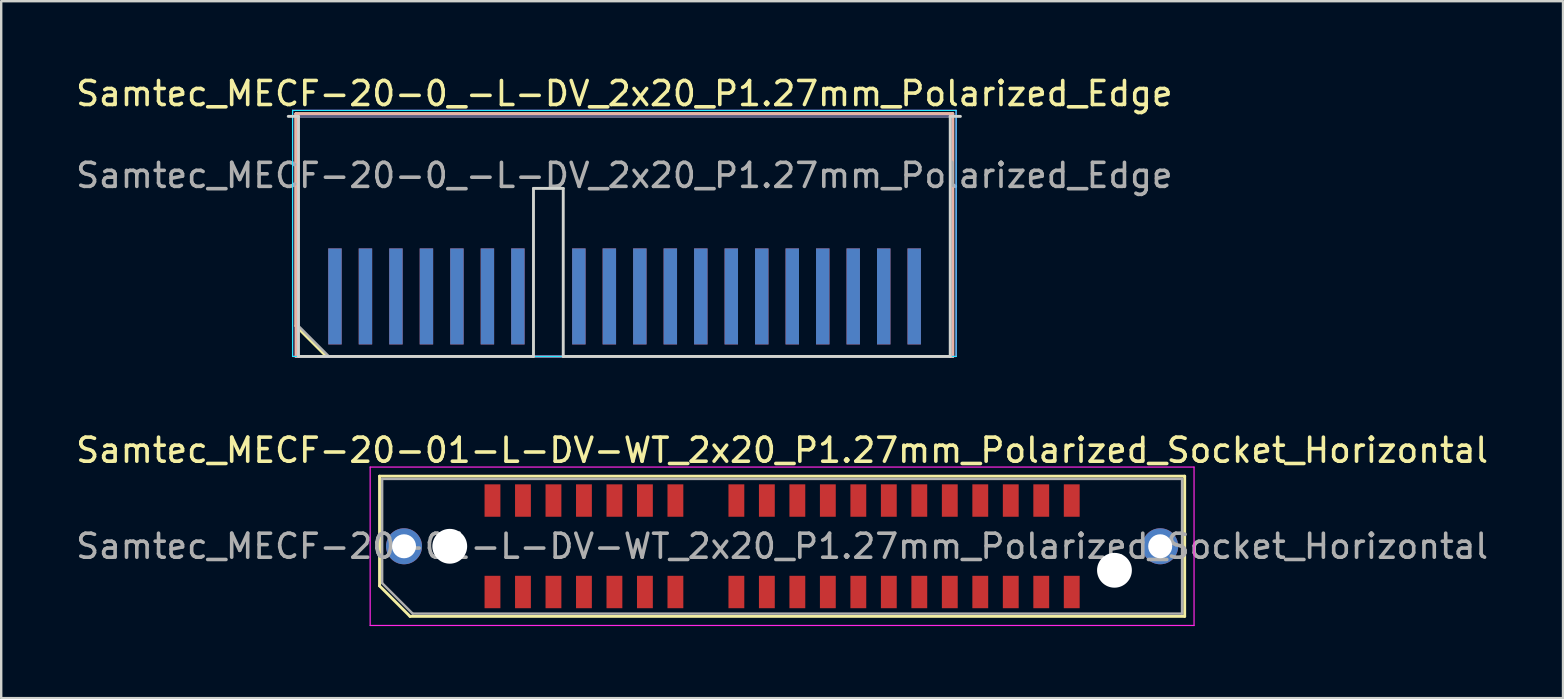
<source format=kicad_pcb>
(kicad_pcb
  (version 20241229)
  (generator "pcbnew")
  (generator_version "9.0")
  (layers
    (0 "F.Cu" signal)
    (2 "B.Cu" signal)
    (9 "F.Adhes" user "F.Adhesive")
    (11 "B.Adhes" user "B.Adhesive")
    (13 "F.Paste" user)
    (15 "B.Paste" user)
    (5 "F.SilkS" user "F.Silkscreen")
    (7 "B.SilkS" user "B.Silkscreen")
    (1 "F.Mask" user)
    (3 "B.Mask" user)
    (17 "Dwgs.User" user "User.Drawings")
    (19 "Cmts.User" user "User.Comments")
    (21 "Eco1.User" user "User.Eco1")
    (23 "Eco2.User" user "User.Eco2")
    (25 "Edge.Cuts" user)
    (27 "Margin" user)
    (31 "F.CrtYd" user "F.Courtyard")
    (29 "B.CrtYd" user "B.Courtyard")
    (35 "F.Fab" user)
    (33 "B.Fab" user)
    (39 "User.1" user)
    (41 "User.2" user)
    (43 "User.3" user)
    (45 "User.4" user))
  (footprint "Samtec_MECF-20-01-L-DV-WT_2x20_P1.27mm_Polarized_Socket_Horizontal"
    (layer "F.Cu")
    (at 29.53 19.706)
    (property "Reference" "Samtec_MECF-20-01-L-DV-WT_2x20_P1.27mm_Polarized_Socket_Horizontal" (at 0 -4 0) (layer "F.SilkS") (effects (font (size 1 1) (thickness 0.15))))
    (attr smd)
    (fp_line (start -16.77 -2.92) (end 16.77 -2.92) (stroke (width 0.12) (type solid)) (layer "F.SilkS"))
    (fp_line (start -16.77 1.65) (end -16.77 -2.92) (stroke (width 0.12) (type solid)) (layer "F.SilkS"))
    (fp_line (start -15.5 2.92) (end -16.77 1.65) (stroke (width 0.12) (type solid)) (layer "F.SilkS"))
    (fp_line (start -15.5 2.92) (end 16.77 2.92) (stroke (width 0.12) (type solid)) (layer "F.SilkS"))
    (fp_line (start 16.77 2.92) (end 16.77 -2.92) (stroke (width 0.12) (type solid)) (layer "F.SilkS"))
    (fp_line (start -17.16 -3.3) (end -17.16 3.3) (stroke (width 0.05) (type solid)) (layer "F.CrtYd"))
    (fp_line (start -17.16 3.3) (end 17.16 3.3) (stroke (width 0.05) (type solid)) (layer "F.CrtYd"))
    (fp_line (start 17.16 -3.3) (end -17.16 -3.3) (stroke (width 0.05) (type solid)) (layer "F.CrtYd"))
    (fp_line (start 17.16 3.3) (end 17.16 -3.3) (stroke (width 0.05) (type solid)) (layer "F.CrtYd"))
    (fp_line (start -16.66 -2.805) (end 16.66 -2.805) (stroke (width 0.1) (type solid)) (layer "F.Fab"))
    (fp_line (start -16.66 1.535) (end -16.66 -2.805) (stroke (width 0.1) (type solid)) (layer "F.Fab"))
    (fp_line (start -16.66 1.535) (end -15.39 2.805) (stroke (width 0.1) (type solid)) (layer "F.Fab"))
    (fp_line (start -15.39 2.805) (end 16.66 2.805) (stroke (width 0.1) (type solid)) (layer "F.Fab"))
    (fp_line (start 16.66 2.805) (end 16.66 -2.805) (stroke (width 0.1) (type solid)) (layer "F.Fab"))
    (fp_text user "${REFERENCE}" (at 0 0 0) (layer "F.Fab") (effects (font (size 1 1) (thickness 0.15))))
    (pad "" thru_hole circle (at -15.75 0) (size 1.5 1.5) (drill 1) (layers "*.Cu" "*.Mask"))
    (pad "" np_thru_hole circle (at -13.845 0) (size 1.45 1.45) (drill 1.45) (layers "*.Cu" "*.Mask"))
    (pad "" np_thru_hole circle (at 13.845 1) (size 1.45 1.45) (drill 1.45) (layers "*.Cu" "*.Mask"))
    (pad "" thru_hole circle (at 15.75 0) (size 1.5 1.5) (drill 1) (layers "*.Cu" "*.Mask"))
    (pad "1" smd rect (at -12.065 1.905) (size 0.66 1.35) (layers "F.Cu" "F.Mask" "F.Paste"))
    (pad "2" smd rect (at -12.065 -1.905) (size 0.66 1.35) (layers "F.Cu" "F.Mask" "F.Paste"))
    (pad "3" smd rect (at -10.795 1.905) (size 0.66 1.35) (layers "F.Cu" "F.Mask" "F.Paste"))
    (pad "4" smd rect (at -10.795 -1.905) (size 0.66 1.35) (layers "F.Cu" "F.Mask" "F.Paste"))
    (pad "5" smd rect (at -9.525 1.905) (size 0.66 1.35) (layers "F.Cu" "F.Mask" "F.Paste"))
    (pad "6" smd rect (at -9.525 -1.905) (size 0.66 1.35) (layers "F.Cu" "F.Mask" "F.Paste"))
    (pad "7" smd rect (at -8.255 1.905) (size 0.66 1.35) (layers "F.Cu" "F.Mask" "F.Paste"))
    (pad "8" smd rect (at -8.255 -1.905) (size 0.66 1.35) (layers "F.Cu" "F.Mask" "F.Paste"))
    (pad "9" smd rect (at -6.985 1.905) (size 0.66 1.35) (layers "F.Cu" "F.Mask" "F.Paste"))
    (pad "10" smd rect (at -6.985 -1.905) (size 0.66 1.35) (layers "F.Cu" "F.Mask" "F.Paste"))
    (pad "11" smd rect (at -5.715 1.905) (size 0.66 1.35) (layers "F.Cu" "F.Mask" "F.Paste"))
    (pad "12" smd rect (at -5.715 -1.905) (size 0.66 1.35) (layers "F.Cu" "F.Mask" "F.Paste"))
    (pad "13" smd rect (at -4.445 1.905) (size 0.66 1.35) (layers "F.Cu" "F.Mask" "F.Paste"))
    (pad "14" smd rect (at -4.445 -1.905) (size 0.66 1.35) (layers "F.Cu" "F.Mask" "F.Paste"))
    (pad "17" smd rect (at -1.905 1.905) (size 0.66 1.35) (layers "F.Cu" "F.Mask" "F.Paste"))
    (pad "18" smd rect (at -1.905 -1.905) (size 0.66 1.35) (layers "F.Cu" "F.Mask" "F.Paste"))
    (pad "19" smd rect (at -0.635 1.905) (size 0.66 1.35) (layers "F.Cu" "F.Mask" "F.Paste"))
    (pad "20" smd rect (at -0.635 -1.905) (size 0.66 1.35) (layers "F.Cu" "F.Mask" "F.Paste"))
    (pad "21" smd rect (at 0.635 1.905) (size 0.66 1.35) (layers "F.Cu" "F.Mask" "F.Paste"))
    (pad "22" smd rect (at 0.635 -1.905) (size 0.66 1.35) (layers "F.Cu" "F.Mask" "F.Paste"))
    (pad "23" smd rect (at 1.905 1.905) (size 0.66 1.35) (layers "F.Cu" "F.Mask" "F.Paste"))
    (pad "24" smd rect (at 1.905 -1.905) (size 0.66 1.35) (layers "F.Cu" "F.Mask" "F.Paste"))
    (pad "25" smd rect (at 3.175 1.905) (size 0.66 1.35) (layers "F.Cu" "F.Mask" "F.Paste"))
    (pad "26" smd rect (at 3.175 -1.905) (size 0.66 1.35) (layers "F.Cu" "F.Mask" "F.Paste"))
    (pad "27" smd rect (at 4.445 1.905) (size 0.66 1.35) (layers "F.Cu" "F.Mask" "F.Paste"))
    (pad "28" smd rect (at 4.445 -1.905) (size 0.66 1.35) (layers "F.Cu" "F.Mask" "F.Paste"))
    (pad "29" smd rect (at 5.715 1.905) (size 0.66 1.35) (layers "F.Cu" "F.Mask" "F.Paste"))
    (pad "30" smd rect (at 5.715 -1.905) (size 0.66 1.35) (layers "F.Cu" "F.Mask" "F.Paste"))
    (pad "31" smd rect (at 6.985 1.905) (size 0.66 1.35) (layers "F.Cu" "F.Mask" "F.Paste"))
    (pad "32" smd rect (at 6.985 -1.905) (size 0.66 1.35) (layers "F.Cu" "F.Mask" "F.Paste"))
    (pad "33" smd rect (at 8.255 1.905) (size 0.66 1.35) (layers "F.Cu" "F.Mask" "F.Paste"))
    (pad "34" smd rect (at 8.255 -1.905) (size 0.66 1.35) (layers "F.Cu" "F.Mask" "F.Paste"))
    (pad "35" smd rect (at 9.525 1.905) (size 0.66 1.35) (layers "F.Cu" "F.Mask" "F.Paste"))
    (pad "36" smd rect (at 9.525 -1.905) (size 0.66 1.35) (layers "F.Cu" "F.Mask" "F.Paste"))
    (pad "37" smd rect (at 10.795 1.905) (size 0.66 1.35) (layers "F.Cu" "F.Mask" "F.Paste"))
    (pad "38" smd rect (at 10.795 -1.905) (size 0.66 1.35) (layers "F.Cu" "F.Mask" "F.Paste"))
    (pad "39" smd rect (at 12.065 1.905) (size 0.66 1.35) (layers "F.Cu" "F.Mask" "F.Paste"))
    (pad "40" smd rect (at 12.065 -1.905) (size 0.66 1.35) (layers "F.Cu" "F.Mask" "F.Paste")))
  (footprint "Samtec_MECF-20-0_-L-DV_2x20_P1.27mm_Polarized_Edge"
    (layer "F.Cu")
    (at 22.958 6.798)
    (property "Reference" "Samtec_MECF-20-0_-L-DV_2x20_P1.27mm_Polarized_Edge" (at 0 -5.95 0) (layer "F.SilkS") (effects (font (size 1 1) (thickness 0.15))))
    (attr exclude_from_pos_files exclude_from_bom)
    (fp_line (start -13.68 -5.11) (end 13.68 -5.11) (stroke (width 0.12) (type solid)) (layer "F.SilkS"))
    (fp_line (start -13.68 3.73) (end -13.68 -5.11) (stroke (width 0.12) (type solid)) (layer "F.SilkS"))
    (fp_line (start -12.41 5) (end -13.68 3.73) (stroke (width 0.12) (type solid)) (layer "F.SilkS"))
    (fp_line (start -12.41 5) (end 13.68 5) (stroke (width 0.12) (type solid)) (layer "F.SilkS"))
    (fp_line (start 13.68 5) (end 13.68 -5.11) (stroke (width 0.12) (type solid)) (layer "F.SilkS"))
    (fp_line (start -13.68 -5.11) (end 13.68 -5.11) (stroke (width 0.12) (type solid)) (layer "B.SilkS"))
    (fp_line (start -13.68 5) (end -13.68 -5.11) (stroke (width 0.12) (type solid)) (layer "B.SilkS"))
    (fp_line (start -13.68 5) (end 13.68 5) (stroke (width 0.12) (type solid)) (layer "B.SilkS"))
    (fp_line (start 13.68 5) (end 13.68 -5.11) (stroke (width 0.12) (type solid)) (layer "B.SilkS"))
    (fp_line (start -14 -5) (end -13.575 -5) (stroke (width 0.12) (type solid)) (layer "Edge.Cuts"))
    (fp_line (start -13.575 5) (end -13.575 -5) (stroke (width 0.12) (type solid)) (layer "Edge.Cuts"))
    (fp_line (start -13.575 5) (end -3.785 5) (stroke (width 0.12) (type solid)) (layer "Edge.Cuts"))
    (fp_line (start -3.785 -2) (end -2.545 -2) (stroke (width 0.12) (type solid)) (layer "Edge.Cuts"))
    (fp_line (start -3.785 5) (end -3.785 -2) (stroke (width 0.12) (type solid)) (layer "Edge.Cuts"))
    (fp_line (start -2.545 5) (end -2.545 -2) (stroke (width 0.12) (type solid)) (layer "Edge.Cuts"))
    (fp_line (start -2.545 5) (end 13.575 5) (stroke (width 0.12) (type solid)) (layer "Edge.Cuts"))
    (fp_line (start 13.575 5) (end 13.575 -5) (stroke (width 0.12) (type solid)) (layer "Edge.Cuts"))
    (fp_line (start 14 -5) (end 13.575 -5) (stroke (width 0.12) (type solid)) (layer "Edge.Cuts"))
    (fp_line (start -13.82 -5.25) (end -13.82 5) (stroke (width 0.05) (type solid)) (layer "B.CrtYd"))
    (fp_line (start -13.82 5) (end 13.82 5) (stroke (width 0.05) (type solid)) (layer "B.CrtYd"))
    (fp_line (start 13.82 -5.25) (end -13.82 -5.25) (stroke (width 0.05) (type solid)) (layer "B.CrtYd"))
    (fp_line (start 13.82 5) (end 13.82 -5.25) (stroke (width 0.05) (type solid)) (layer "B.CrtYd"))
    (fp_line (start -13.82 -5.25) (end -13.82 5) (stroke (width 0.05) (type solid)) (layer "F.CrtYd"))
    (fp_line (start -13.82 5) (end 13.82 5) (stroke (width 0.05) (type solid)) (layer "F.CrtYd"))
    (fp_line (start 13.82 -5.25) (end -13.82 -5.25) (stroke (width 0.05) (type solid)) (layer "F.CrtYd"))
    (fp_line (start 13.82 5) (end 13.82 -5.25) (stroke (width 0.05) (type solid)) (layer "F.CrtYd"))
    (fp_line (start -13.575 -5) (end 13.575 -5) (stroke (width 0.1) (type solid)) (layer "B.Fab"))
    (fp_line (start -13.575 5) (end -13.575 -5) (stroke (width 0.1) (type solid)) (layer "B.Fab"))
    (fp_line (start -13.575 5) (end 13.575 5) (stroke (width 0.1) (type solid)) (layer "B.Fab"))
    (fp_line (start 13.575 5) (end 13.575 -5) (stroke (width 0.1) (type solid)) (layer "B.Fab"))
    (fp_line (start -13.575 -5) (end 13.575 -5) (stroke (width 0.1) (type solid)) (layer "F.Fab"))
    (fp_line (start -13.575 3.73) (end -13.575 -5) (stroke (width 0.1) (type solid)) (layer "F.Fab"))
    (fp_line (start -13.575 3.73) (end -12.305 5) (stroke (width 0.1) (type solid)) (layer "F.Fab"))
    (fp_line (start -12.305 5) (end 13.575 5) (stroke (width 0.1) (type solid)) (layer "F.Fab"))
    (fp_line (start 13.575 5) (end 13.575 -5) (stroke (width 0.1) (type solid)) (layer "F.Fab"))
    (fp_text user "${REFERENCE}" (at 0 -2.54 0) (layer "F.Fab") (effects (font (size 1 1) (thickness 0.15))))
    (pad "1" connect rect (at -12.055 2.5) (size 0.56 4) (layers "F.Cu" "F.Mask"))
    (pad "2" connect rect (at -12.055 2.5) (size 0.56 4) (layers "B.Cu" "B.Mask"))
    (pad "3" connect rect (at -10.785 2.5) (size 0.56 4) (layers "F.Cu" "F.Mask"))
    (pad "4" connect rect (at -10.785 2.5) (size 0.56 4) (layers "B.Cu" "B.Mask"))
    (pad "5" connect rect (at -9.515 2.5) (size 0.56 4) (layers "F.Cu" "F.Mask"))
    (pad "6" connect rect (at -9.515 2.5) (size 0.56 4) (layers "B.Cu" "B.Mask"))
    (pad "7" connect rect (at -8.245 2.5) (size 0.56 4) (layers "F.Cu" "F.Mask"))
    (pad "8" connect rect (at -8.245 2.5) (size 0.56 4) (layers "B.Cu" "B.Mask"))
    (pad "9" connect rect (at -6.975 2.5) (size 0.56 4) (layers "F.Cu" "F.Mask"))
    (pad "10" connect rect (at -6.975 2.5) (size 0.56 4) (layers "B.Cu" "B.Mask"))
    (pad "11" connect rect (at -5.705 2.5) (size 0.56 4) (layers "F.Cu" "F.Mask"))
    (pad "12" connect rect (at -5.705 2.5) (size 0.56 4) (layers "B.Cu" "B.Mask"))
    (pad "13" connect rect (at -4.435 2.5) (size 0.56 4) (layers "F.Cu" "F.Mask"))
    (pad "14" connect rect (at -4.435 2.5) (size 0.56 4) (layers "B.Cu" "B.Mask"))
    (pad "17" connect rect (at -1.895 2.5) (size 0.56 4) (layers "F.Cu" "F.Mask"))
    (pad "18" connect rect (at -1.895 2.5) (size 0.56 4) (layers "B.Cu" "B.Mask"))
    (pad "19" connect rect (at -0.625 2.5) (size 0.56 4) (layers "F.Cu" "F.Mask"))
    (pad "20" connect rect (at -0.625 2.5) (size 0.56 4) (layers "B.Cu" "B.Mask"))
    (pad "21" connect rect (at 0.645 2.5) (size 0.56 4) (layers "F.Cu" "F.Mask"))
    (pad "22" connect rect (at 0.645 2.5) (size 0.56 4) (layers "B.Cu" "B.Mask"))
    (pad "23" connect rect (at 1.915 2.5) (size 0.56 4) (layers "F.Cu" "F.Mask"))
    (pad "24" connect rect (at 1.915 2.5) (size 0.56 4) (layers "B.Cu" "B.Mask"))
    (pad "25" connect rect (at 3.185 2.5) (size 0.56 4) (layers "F.Cu" "F.Mask"))
    (pad "26" connect rect (at 3.185 2.5) (size 0.56 4) (layers "B.Cu" "B.Mask"))
    (pad "27" connect rect (at 4.455 2.5) (size 0.56 4) (layers "F.Cu" "F.Mask"))
    (pad "28" connect rect (at 4.455 2.5) (size 0.56 4) (layers "B.Cu" "B.Mask"))
    (pad "29" connect rect (at 5.725 2.5) (size 0.56 4) (layers "F.Cu" "F.Mask"))
    (pad "30" connect rect (at 5.725 2.5) (size 0.56 4) (layers "B.Cu" "B.Mask"))
    (pad "31" connect rect (at 6.995 2.5) (size 0.56 4) (layers "F.Cu" "F.Mask"))
    (pad "32" connect rect (at 6.995 2.5) (size 0.56 4) (layers "B.Cu" "B.Mask"))
    (pad "33" connect rect (at 8.265 2.5) (size 0.56 4) (layers "F.Cu" "F.Mask"))
    (pad "34" connect rect (at 8.265 2.5) (size 0.56 4) (layers "B.Cu" "B.Mask"))
    (pad "35" connect rect (at 9.535 2.5) (size 0.56 4) (layers "F.Cu" "F.Mask"))
    (pad "36" connect rect (at 9.535 2.5) (size 0.56 4) (layers "B.Cu" "B.Mask"))
    (pad "37" connect rect (at 10.805 2.5) (size 0.56 4) (layers "F.Cu" "F.Mask"))
    (pad "38" connect rect (at 10.805 2.5) (size 0.56 4) (layers "B.Cu" "B.Mask"))
    (pad "39" connect rect (at 12.075 2.5) (size 0.56 4) (layers "F.Cu" "F.Mask"))
    (pad "40" connect rect (at 12.075 2.5) (size 0.56 4) (layers "B.Cu" "B.Mask")))
  (gr_rect
    (start -3 -3)
    (end 62.06 26.032)
    (stroke (width 0.1) (type default))
    (fill no)
    (layer "Edge.Cuts")))
</source>
